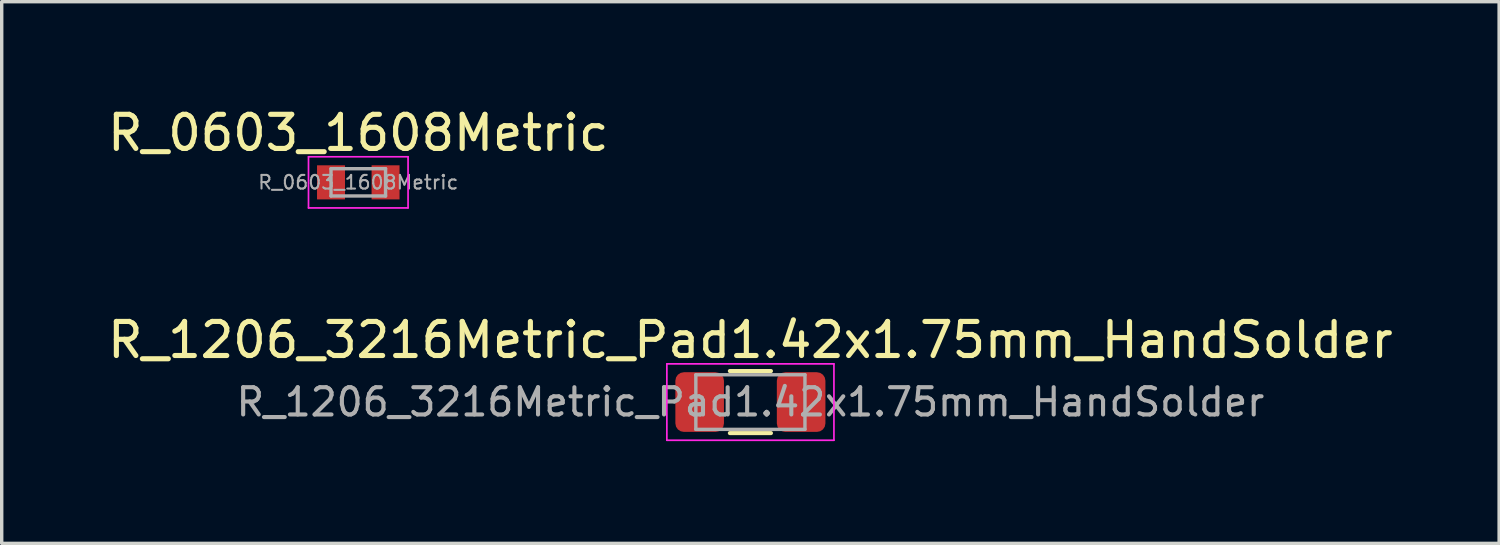
<source format=kicad_pcb>
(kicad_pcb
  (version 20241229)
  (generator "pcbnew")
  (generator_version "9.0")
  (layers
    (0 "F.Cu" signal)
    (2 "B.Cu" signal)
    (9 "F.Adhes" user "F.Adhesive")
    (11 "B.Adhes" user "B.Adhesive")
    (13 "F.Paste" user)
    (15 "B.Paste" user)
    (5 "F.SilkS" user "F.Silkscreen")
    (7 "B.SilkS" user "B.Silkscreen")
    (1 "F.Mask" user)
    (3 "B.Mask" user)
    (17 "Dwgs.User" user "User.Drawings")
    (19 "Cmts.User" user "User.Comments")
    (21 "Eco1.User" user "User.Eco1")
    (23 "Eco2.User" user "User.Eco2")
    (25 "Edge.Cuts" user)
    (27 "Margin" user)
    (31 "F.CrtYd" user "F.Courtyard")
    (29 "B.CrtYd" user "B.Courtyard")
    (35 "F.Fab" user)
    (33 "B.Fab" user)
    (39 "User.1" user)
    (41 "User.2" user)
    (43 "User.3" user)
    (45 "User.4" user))
  (footprint "R_0603_1608Metric"
    (layer "F.Cu")
    (at 7.458 2.298)
    (property "Reference" "R_0603_1608Metric" (at 0 -1.45 0) (layer "F.SilkS") (effects (font (size 1 1) (thickness 0.15))))
    (attr smd)
    (fp_line (start -1.46 -0.75) (end 1.46 -0.75) (stroke (width 0.05) (type solid)) (layer "F.CrtYd"))
    (fp_line (start -1.46 0.75) (end -1.46 -0.75) (stroke (width 0.05) (type solid)) (layer "F.CrtYd"))
    (fp_line (start 1.46 -0.75) (end 1.46 0.75) (stroke (width 0.05) (type solid)) (layer "F.CrtYd"))
    (fp_line (start 1.46 0.75) (end -1.46 0.75) (stroke (width 0.05) (type solid)) (layer "F.CrtYd"))
    (fp_line (start -0.8 -0.4) (end 0.8 -0.4) (stroke (width 0.1) (type solid)) (layer "F.Fab"))
    (fp_line (start -0.8 0.4) (end -0.8 -0.4) (stroke (width 0.1) (type solid)) (layer "F.Fab"))
    (fp_line (start 0.8 -0.4) (end 0.8 0.4) (stroke (width 0.1) (type solid)) (layer "F.Fab"))
    (fp_line (start 0.8 0.4) (end -0.8 0.4) (stroke (width 0.1) (type solid)) (layer "F.Fab"))
    (fp_text user "${REFERENCE}" (at 0 0 0) (layer "F.Fab") (effects (font (size 0.4 0.4) (thickness 0.06))))
    (pad "1" smd rect (at -0.8 0) (size 0.82 1) (layers "F.Cu" "F.Mask" "F.Paste"))
    (pad "2" smd rect (at 0.8 0) (size 0.82 1) (layers "F.Cu" "F.Mask" "F.Paste")))
  (footprint "R_1206_3216Metric_Pad1.42x1.75mm_HandSolder"
    (layer "F.Cu")
    (at 18.958 8.742)
    (property "Reference" "R_1206_3216Metric_Pad1.42x1.75mm_HandSolder" (at 0 -1.82 0) (layer "F.SilkS") (effects (font (size 1 1) (thickness 0.15))))
    (attr smd)
    (fp_line (start -0.602 -0.91) (end 0.602 -0.91) (stroke (width 0.12) (type solid)) (layer "F.SilkS"))
    (fp_line (start -0.602 0.91) (end 0.602 0.91) (stroke (width 0.12) (type solid)) (layer "F.SilkS"))
    (fp_line (start -2.45 -1.12) (end 2.45 -1.12) (stroke (width 0.05) (type solid)) (layer "F.CrtYd"))
    (fp_line (start -2.45 1.12) (end -2.45 -1.12) (stroke (width 0.05) (type solid)) (layer "F.CrtYd"))
    (fp_line (start 2.45 -1.12) (end 2.45 1.12) (stroke (width 0.05) (type solid)) (layer "F.CrtYd"))
    (fp_line (start 2.45 1.12) (end -2.45 1.12) (stroke (width 0.05) (type solid)) (layer "F.CrtYd"))
    (fp_line (start -1.6 -0.8) (end 1.6 -0.8) (stroke (width 0.1) (type solid)) (layer "F.Fab"))
    (fp_line (start -1.6 0.8) (end -1.6 -0.8) (stroke (width 0.1) (type solid)) (layer "F.Fab"))
    (fp_line (start 1.6 -0.8) (end 1.6 0.8) (stroke (width 0.1) (type solid)) (layer "F.Fab"))
    (fp_line (start 1.6 0.8) (end -1.6 0.8) (stroke (width 0.1) (type solid)) (layer "F.Fab"))
    (fp_text user "${REFERENCE}" (at 0 0 0) (layer "F.Fab") (effects (font (size 0.8 0.8) (thickness 0.12))))
    (pad "1" smd roundrect (at -1.488 0) (size 1.425 1.75) (layers "F.Cu" "F.Mask" "F.Paste") (roundrect_rratio 0.175))
    (pad "2" smd roundrect (at 1.488 0) (size 1.425 1.75) (layers "F.Cu" "F.Mask" "F.Paste") (roundrect_rratio 0.175)))
  (gr_rect
    (start -3 -3)
    (end 40.917 12.886)
    (stroke (width 0.1) (type default))
    (fill no)
    (layer "Edge.Cuts")))
</source>
